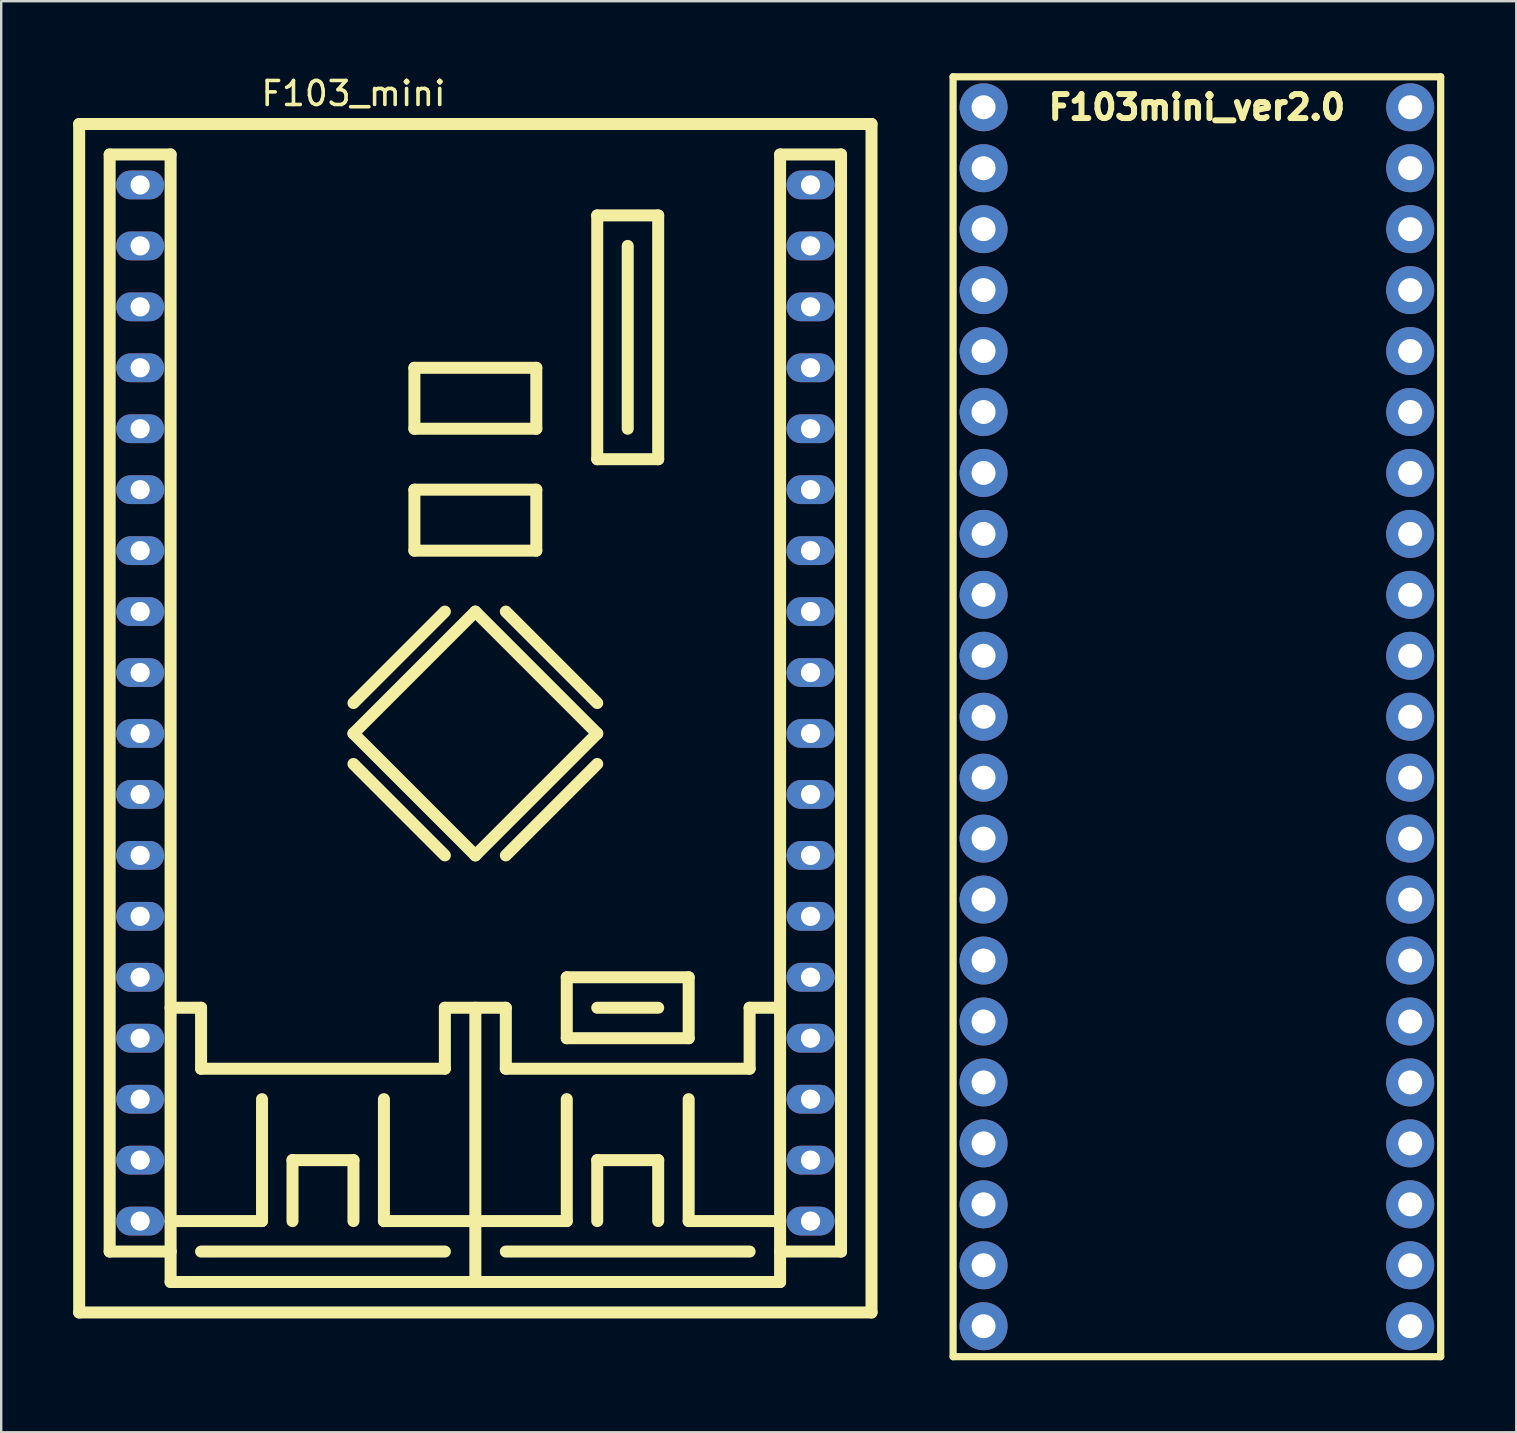
<source format=kicad_pcb>
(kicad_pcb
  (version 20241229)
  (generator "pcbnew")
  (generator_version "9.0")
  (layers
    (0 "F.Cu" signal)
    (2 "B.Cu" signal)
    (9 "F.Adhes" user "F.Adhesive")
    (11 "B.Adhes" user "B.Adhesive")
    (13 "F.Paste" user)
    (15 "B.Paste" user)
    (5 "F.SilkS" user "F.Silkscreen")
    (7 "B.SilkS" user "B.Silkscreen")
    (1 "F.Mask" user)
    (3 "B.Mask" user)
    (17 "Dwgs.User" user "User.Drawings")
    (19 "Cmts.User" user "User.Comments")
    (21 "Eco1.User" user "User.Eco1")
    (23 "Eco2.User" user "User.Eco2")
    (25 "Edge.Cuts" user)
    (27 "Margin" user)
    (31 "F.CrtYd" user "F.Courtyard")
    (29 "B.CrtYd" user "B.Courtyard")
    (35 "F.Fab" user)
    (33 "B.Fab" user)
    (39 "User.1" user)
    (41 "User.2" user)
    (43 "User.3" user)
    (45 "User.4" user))
  (footprint "F103mini_ver2.0"
    (layer "F.Cu")
    (at 45.56 31.9)
    (property "Reference" "F103mini_ver2.0" (at 1.27 -30.48 0) (layer "F.SilkS") (effects (font (size 1 1) (thickness 0.3))))
    (attr through_hole)
    (fp_line (start -8.89 -31.75) (end 11.43 -31.75) (stroke (width 0.3) (type solid)) (layer "F.SilkS"))
    (fp_line (start -8.89 21.59) (end -8.89 -31.75) (stroke (width 0.3) (type solid)) (layer "F.SilkS"))
    (fp_line (start 11.43 -31.75) (end 11.43 21.59) (stroke (width 0.3) (type solid)) (layer "F.SilkS"))
    (fp_line (start 11.43 21.59) (end -8.89 21.59) (stroke (width 0.3) (type solid)) (layer "F.SilkS"))
    (pad "1" thru_hole circle (at -7.62 -30.48) (size 2 2) (drill 1) (layers "*.Cu" "*.Mask"))
    (pad "2" thru_hole circle (at -7.62 -27.94) (size 2 2) (drill 1) (layers "*.Cu" "*.Mask"))
    (pad "3" thru_hole circle (at -7.62 -25.4) (size 2 2) (drill 1) (layers "*.Cu" "*.Mask"))
    (pad "4" thru_hole circle (at -7.62 -22.86) (size 2 2) (drill 1) (layers "*.Cu" "*.Mask"))
    (pad "5" thru_hole circle (at -7.62 -20.32) (size 2 2) (drill 1) (layers "*.Cu" "*.Mask"))
    (pad "6" thru_hole circle (at -7.62 -17.78) (size 2 2) (drill 1) (layers "*.Cu" "*.Mask"))
    (pad "7" thru_hole circle (at -7.62 -15.24) (size 2 2) (drill 1) (layers "*.Cu" "*.Mask"))
    (pad "8" thru_hole circle (at -7.62 -12.7) (size 2 2) (drill 1) (layers "*.Cu" "*.Mask"))
    (pad "9" thru_hole circle (at -7.62 -10.16) (size 2 2) (drill 1) (layers "*.Cu" "*.Mask"))
    (pad "10" thru_hole circle (at -7.62 -7.62) (size 2 2) (drill 1) (layers "*.Cu" "*.Mask"))
    (pad "11" thru_hole circle (at -7.62 -5.08) (size 2 2) (drill 1) (layers "*.Cu" "*.Mask"))
    (pad "12" thru_hole circle (at -7.62 -2.54) (size 2 2) (drill 1) (layers "*.Cu" "*.Mask"))
    (pad "13" thru_hole circle (at -7.62 0) (size 2 2) (drill 1) (layers "*.Cu" "*.Mask"))
    (pad "14" thru_hole circle (at -7.62 2.54) (size 2 2) (drill 1) (layers "*.Cu" "*.Mask"))
    (pad "15" thru_hole circle (at -7.62 5.08) (size 2 2) (drill 1) (layers "*.Cu" "*.Mask"))
    (pad "16" thru_hole circle (at -7.62 7.62) (size 2 2) (drill 1) (layers "*.Cu" "*.Mask"))
    (pad "17" thru_hole circle (at -7.62 10.16) (size 2 2) (drill 1) (layers "*.Cu" "*.Mask"))
    (pad "18" thru_hole circle (at -7.62 12.7) (size 2 2) (drill 1) (layers "*.Cu" "*.Mask"))
    (pad "19" thru_hole circle (at -7.62 15.24) (size 2 2) (drill 1) (layers "*.Cu" "*.Mask"))
    (pad "20" thru_hole circle (at -7.62 17.78) (size 2 2) (drill 1) (layers "*.Cu" "*.Mask"))
    (pad "21" thru_hole circle (at -7.62 20.32) (size 2 2) (drill 1) (layers "*.Cu" "*.Mask"))
    (pad "22" thru_hole circle (at 10.16 20.32) (size 2 2) (drill 1) (layers "*.Cu" "*.Mask"))
    (pad "23" thru_hole circle (at 10.16 17.78) (size 2 2) (drill 1) (layers "*.Cu" "*.Mask"))
    (pad "24" thru_hole circle (at 10.16 15.24) (size 2 2) (drill 1) (layers "*.Cu" "*.Mask"))
    (pad "25" thru_hole circle (at 10.16 12.7) (size 2 2) (drill 1) (layers "*.Cu" "*.Mask"))
    (pad "26" thru_hole circle (at 10.16 10.16) (size 2 2) (drill 1) (layers "*.Cu" "*.Mask"))
    (pad "27" thru_hole circle (at 10.16 7.62) (size 2 2) (drill 1) (layers "*.Cu" "*.Mask"))
    (pad "28" thru_hole circle (at 10.16 5.08) (size 2 2) (drill 1) (layers "*.Cu" "*.Mask"))
    (pad "29" thru_hole circle (at 10.16 2.54) (size 2 2) (drill 1) (layers "*.Cu" "*.Mask"))
    (pad "30" thru_hole circle (at 10.16 0) (size 2 2) (drill 1) (layers "*.Cu" "*.Mask"))
    (pad "31" thru_hole circle (at 10.16 -2.54) (size 2 2) (drill 1) (layers "*.Cu" "*.Mask"))
    (pad "32" thru_hole circle (at 10.16 -5.08) (size 2 2) (drill 1) (layers "*.Cu" "*.Mask"))
    (pad "33" thru_hole circle (at 10.16 -7.62) (size 2 2) (drill 1) (layers "*.Cu" "*.Mask"))
    (pad "34" thru_hole circle (at 10.16 -10.16) (size 2 2) (drill 1) (layers "*.Cu" "*.Mask"))
    (pad "35" thru_hole circle (at 10.16 -12.7) (size 2 2) (drill 1) (layers "*.Cu" "*.Mask"))
    (pad "36" thru_hole circle (at 10.16 -15.24) (size 2 2) (drill 1) (layers "*.Cu" "*.Mask"))
    (pad "37" thru_hole circle (at 10.16 -17.78) (size 2 2) (drill 1) (layers "*.Cu" "*.Mask"))
    (pad "38" thru_hole circle (at 10.16 -20.32) (size 2 2) (drill 1) (layers "*.Cu" "*.Mask"))
    (pad "39" thru_hole circle (at 10.16 -22.86) (size 2 2) (drill 1) (layers "*.Cu" "*.Mask"))
    (pad "40" thru_hole circle (at 10.16 -25.4) (size 2 2) (drill 1) (layers "*.Cu" "*.Mask"))
    (pad "41" thru_hole circle (at 10.16 -27.94) (size 2 2) (drill 1) (layers "*.Cu" "*.Mask"))
    (pad "42" thru_hole circle (at 10.16 -30.48) (size 2 2) (drill 1) (layers "*.Cu" "*.Mask")))
  (footprint "F103_mini"
    (layer "F.Cu")
    (at 16.76 26.248)
    (property "Reference" "F103_mini" (at -5.08 -25.4 0) (layer "F.SilkS") (effects (font (size 1 1) (thickness 0.15))))
    (attr through_hole)
    (fp_line (start -16.51 -24.13) (end 16.51 -24.13) (stroke (width 0.5) (type solid)) (layer "F.SilkS"))
    (fp_line (start -16.51 25.4) (end -16.51 -24.13) (stroke (width 0.5) (type solid)) (layer "F.SilkS"))
    (fp_line (start -15.24 -22.86) (end -12.7 -22.86) (stroke (width 0.5) (type solid)) (layer "F.SilkS"))
    (fp_line (start -15.24 22.86) (end -15.24 -22.86) (stroke (width 0.5) (type solid)) (layer "F.SilkS"))
    (fp_line (start -12.7 -22.86) (end -12.7 22.86) (stroke (width 0.5) (type solid)) (layer "F.SilkS"))
    (fp_line (start -12.7 22.86) (end -15.24 22.86) (stroke (width 0.5) (type solid)) (layer "F.SilkS"))
    (fp_line (start -12.7 22.86) (end -12.7 24.13) (stroke (width 0.5) (type solid)) (layer "F.SilkS"))
    (fp_line (start -12.7 24.13) (end 0 24.13) (stroke (width 0.5) (type solid)) (layer "F.SilkS"))
    (fp_line (start -11.43 12.7) (end -12.7 12.7) (stroke (width 0.5) (type solid)) (layer "F.SilkS"))
    (fp_line (start -11.43 15.24) (end -11.43 12.7) (stroke (width 0.5) (type solid)) (layer "F.SilkS"))
    (fp_line (start -11.43 22.86) (end -1.27 22.86) (stroke (width 0.5) (type solid)) (layer "F.SilkS"))
    (fp_line (start -8.89 16.51) (end -8.89 21.59) (stroke (width 0.5) (type solid)) (layer "F.SilkS"))
    (fp_line (start -8.89 21.59) (end -12.7 21.59) (stroke (width 0.5) (type solid)) (layer "F.SilkS"))
    (fp_line (start -7.62 19.05) (end -5.08 19.05) (stroke (width 0.5) (type solid)) (layer "F.SilkS"))
    (fp_line (start -7.62 21.59) (end -7.62 19.05) (stroke (width 0.5) (type solid)) (layer "F.SilkS"))
    (fp_line (start -5.08 0) (end -1.27 -3.81) (stroke (width 0.5) (type solid)) (layer "F.SilkS"))
    (fp_line (start -5.08 1.27) (end 0 -3.81) (stroke (width 0.5) (type solid)) (layer "F.SilkS"))
    (fp_line (start -5.08 1.27) (end 0 6.35) (stroke (width 0.5) (type solid)) (layer "F.SilkS"))
    (fp_line (start -5.08 2.54) (end -1.27 6.35) (stroke (width 0.5) (type solid)) (layer "F.SilkS"))
    (fp_line (start -5.08 19.05) (end -5.08 21.59) (stroke (width 0.5) (type solid)) (layer "F.SilkS"))
    (fp_line (start -3.81 21.59) (end -3.81 16.51) (stroke (width 0.5) (type solid)) (layer "F.SilkS"))
    (fp_line (start -2.54 -13.97) (end -2.54 -11.43) (stroke (width 0.5) (type solid)) (layer "F.SilkS"))
    (fp_line (start -2.54 -11.43) (end 2.54 -11.43) (stroke (width 0.5) (type solid)) (layer "F.SilkS"))
    (fp_line (start -2.54 -8.89) (end 2.54 -8.89) (stroke (width 0.5) (type solid)) (layer "F.SilkS"))
    (fp_line (start -2.54 -6.35) (end -2.54 -8.89) (stroke (width 0.5) (type solid)) (layer "F.SilkS"))
    (fp_line (start -1.27 12.7) (end -1.27 15.24) (stroke (width 0.5) (type solid)) (layer "F.SilkS"))
    (fp_line (start -1.27 12.7) (end 1.27 12.7) (stroke (width 0.5) (type solid)) (layer "F.SilkS"))
    (fp_line (start -1.27 15.24) (end -11.43 15.24) (stroke (width 0.5) (type solid)) (layer "F.SilkS"))
    (fp_line (start 0 6.35) (end 5.08 1.27) (stroke (width 0.5) (type solid)) (layer "F.SilkS"))
    (fp_line (start 0 12.7) (end 0 24.13) (stroke (width 0.5) (type solid)) (layer "F.SilkS"))
    (fp_line (start 0 24.13) (end 12.7 24.13) (stroke (width 0.5) (type solid)) (layer "F.SilkS"))
    (fp_line (start 1.27 -3.81) (end 5.08 0) (stroke (width 0.5) (type solid)) (layer "F.SilkS"))
    (fp_line (start 1.27 12.7) (end 1.27 15.24) (stroke (width 0.5) (type solid)) (layer "F.SilkS"))
    (fp_line (start 1.27 15.24) (end 11.43 15.24) (stroke (width 0.5) (type solid)) (layer "F.SilkS"))
    (fp_line (start 1.27 22.86) (end 11.43 22.86) (stroke (width 0.5) (type solid)) (layer "F.SilkS"))
    (fp_line (start 2.54 -13.97) (end -2.54 -13.97) (stroke (width 0.5) (type solid)) (layer "F.SilkS"))
    (fp_line (start 2.54 -11.43) (end 2.54 -13.97) (stroke (width 0.5) (type solid)) (layer "F.SilkS"))
    (fp_line (start 2.54 -8.89) (end 2.54 -6.35) (stroke (width 0.5) (type solid)) (layer "F.SilkS"))
    (fp_line (start 2.54 -6.35) (end -2.54 -6.35) (stroke (width 0.5) (type solid)) (layer "F.SilkS"))
    (fp_line (start 3.81 11.43) (end 3.81 13.97) (stroke (width 0.5) (type solid)) (layer "F.SilkS"))
    (fp_line (start 3.81 13.97) (end 8.89 13.97) (stroke (width 0.5) (type solid)) (layer "F.SilkS"))
    (fp_line (start 3.81 16.51) (end 3.81 21.59) (stroke (width 0.5) (type solid)) (layer "F.SilkS"))
    (fp_line (start 3.81 21.59) (end -3.81 21.59) (stroke (width 0.5) (type solid)) (layer "F.SilkS"))
    (fp_line (start 5.08 -10.16) (end 5.08 -20.32) (stroke (width 0.5) (type solid)) (layer "F.SilkS"))
    (fp_line (start 5.08 -10.16) (end 7.62 -10.16) (stroke (width 0.5) (type solid)) (layer "F.SilkS"))
    (fp_line (start 5.08 1.27) (end 0 -3.81) (stroke (width 0.5) (type solid)) (layer "F.SilkS"))
    (fp_line (start 5.08 2.54) (end 1.27 6.35) (stroke (width 0.5) (type solid)) (layer "F.SilkS"))
    (fp_line (start 5.08 12.7) (end 7.62 12.7) (stroke (width 0.5) (type solid)) (layer "F.SilkS"))
    (fp_line (start 5.08 19.05) (end 7.62 19.05) (stroke (width 0.5) (type solid)) (layer "F.SilkS"))
    (fp_line (start 5.08 21.59) (end 5.08 19.05) (stroke (width 0.5) (type solid)) (layer "F.SilkS"))
    (fp_line (start 6.35 -19.05) (end 6.35 -11.43) (stroke (width 0.5) (type solid)) (layer "F.SilkS"))
    (fp_line (start 7.62 -20.32) (end 5.08 -20.32) (stroke (width 0.5) (type solid)) (layer "F.SilkS"))
    (fp_line (start 7.62 -10.16) (end 7.62 -20.32) (stroke (width 0.5) (type solid)) (layer "F.SilkS"))
    (fp_line (start 7.62 19.05) (end 7.62 21.59) (stroke (width 0.5) (type solid)) (layer "F.SilkS"))
    (fp_line (start 8.89 11.43) (end 3.81 11.43) (stroke (width 0.5) (type solid)) (layer "F.SilkS"))
    (fp_line (start 8.89 13.97) (end 8.89 11.43) (stroke (width 0.5) (type solid)) (layer "F.SilkS"))
    (fp_line (start 8.89 16.51) (end 8.89 21.59) (stroke (width 0.5) (type solid)) (layer "F.SilkS"))
    (fp_line (start 8.89 21.59) (end 12.7 21.59) (stroke (width 0.5) (type solid)) (layer "F.SilkS"))
    (fp_line (start 11.43 12.7) (end 11.43 15.24) (stroke (width 0.5) (type solid)) (layer "F.SilkS"))
    (fp_line (start 11.43 12.7) (end 12.7 12.7) (stroke (width 0.5) (type solid)) (layer "F.SilkS"))
    (fp_line (start 12.7 -22.86) (end 15.24 -22.86) (stroke (width 0.5) (type solid)) (layer "F.SilkS"))
    (fp_line (start 12.7 22.86) (end 12.7 -22.86) (stroke (width 0.5) (type solid)) (layer "F.SilkS"))
    (fp_line (start 12.7 22.86) (end 12.7 24.13) (stroke (width 0.5) (type solid)) (layer "F.SilkS"))
    (fp_line (start 15.24 -22.86) (end 15.24 22.86) (stroke (width 0.5) (type solid)) (layer "F.SilkS"))
    (fp_line (start 15.24 22.86) (end 12.7 22.86) (stroke (width 0.5) (type solid)) (layer "F.SilkS"))
    (fp_line (start 16.51 -24.13) (end 16.51 25.4) (stroke (width 0.5) (type solid)) (layer "F.SilkS"))
    (fp_line (start 16.51 25.4) (end -16.51 25.4) (stroke (width 0.5) (type solid)) (layer "F.SilkS"))
    (pad "1" thru_hole oval (at -13.97 -21.59) (size 2 1.2) (drill 0.8) (layers "*.Cu" "*.Mask"))
    (pad "2" thru_hole oval (at -13.97 -19.05) (size 2 1.2) (drill 0.8) (layers "*.Cu" "*.Mask"))
    (pad "3" thru_hole oval (at -13.97 -16.51) (size 2 1.2) (drill 0.8) (layers "*.Cu" "*.Mask"))
    (pad "4" thru_hole oval (at -13.97 -13.97) (size 2 1.2) (drill 0.8) (layers "*.Cu" "*.Mask"))
    (pad "5" thru_hole oval (at -13.97 -11.43) (size 2 1.2) (drill 0.8) (layers "*.Cu" "*.Mask"))
    (pad "6" thru_hole oval (at -13.97 -8.89) (size 2 1.2) (drill 0.8) (layers "*.Cu" "*.Mask"))
    (pad "7" thru_hole oval (at -13.97 -6.35) (size 2 1.2) (drill 0.8) (layers "*.Cu" "*.Mask"))
    (pad "8" thru_hole oval (at -13.97 -3.81) (size 2 1.2) (drill 0.8) (layers "*.Cu" "*.Mask"))
    (pad "9" thru_hole oval (at -13.97 -1.27) (size 2 1.2) (drill 0.8) (layers "*.Cu" "*.Mask"))
    (pad "10" thru_hole oval (at -13.97 1.27) (size 2 1.2) (drill 0.8) (layers "*.Cu" "*.Mask"))
    (pad "11" thru_hole oval (at -13.97 3.81) (size 2 1.2) (drill 0.8) (layers "*.Cu" "*.Mask"))
    (pad "12" thru_hole oval (at -13.97 6.35) (size 2 1.2) (drill 0.8) (layers "*.Cu" "*.Mask"))
    (pad "13" thru_hole oval (at -13.97 8.89) (size 2 1.2) (drill 0.8) (layers "*.Cu" "*.Mask"))
    (pad "14" thru_hole oval (at -13.97 11.43) (size 2 1.2) (drill 0.8) (layers "*.Cu" "*.Mask"))
    (pad "15" thru_hole oval (at -13.97 13.97) (size 2 1.2) (drill 0.8) (layers "*.Cu" "*.Mask"))
    (pad "16" thru_hole oval (at -13.97 16.51) (size 2 1.2) (drill 0.8) (layers "*.Cu" "*.Mask"))
    (pad "17" thru_hole oval (at -13.97 19.05) (size 2 1.2) (drill 0.8) (layers "*.Cu" "*.Mask"))
    (pad "18" thru_hole oval (at -13.97 21.59) (size 2 1.2) (drill 0.8) (layers "*.Cu" "*.Mask"))
    (pad "19" thru_hole oval (at 13.97 21.59) (size 2 1.2) (drill 0.8) (layers "*.Cu" "*.Mask"))
    (pad "20" thru_hole oval (at 13.97 19.05) (size 2 1.2) (drill 0.8) (layers "*.Cu" "*.Mask"))
    (pad "21" thru_hole oval (at 13.97 16.51) (size 2 1.2) (drill 0.8) (layers "*.Cu" "*.Mask"))
    (pad "22" thru_hole oval (at 13.97 13.97) (size 2 1.2) (drill 0.8) (layers "*.Cu" "*.Mask"))
    (pad "23" thru_hole oval (at 13.97 11.43) (size 2 1.2) (drill 0.8) (layers "*.Cu" "*.Mask"))
    (pad "24" thru_hole oval (at 13.97 8.89) (size 2 1.2) (drill 0.8) (layers "*.Cu" "*.Mask"))
    (pad "25" thru_hole oval (at 13.97 6.35) (size 2 1.2) (drill 0.8) (layers "*.Cu" "*.Mask"))
    (pad "26" thru_hole oval (at 13.97 3.81) (size 2 1.2) (drill 0.8) (layers "*.Cu" "*.Mask"))
    (pad "27" thru_hole oval (at 13.97 1.27) (size 2 1.2) (drill 0.8) (layers "*.Cu" "*.Mask"))
    (pad "28" thru_hole oval (at 13.97 -1.27) (size 2 1.2) (drill 0.8) (layers "*.Cu" "*.Mask"))
    (pad "29" thru_hole oval (at 13.97 -3.81) (size 2 1.2) (drill 0.8) (layers "*.Cu" "*.Mask"))
    (pad "30" thru_hole oval (at 13.97 -6.35) (size 2 1.2) (drill 0.8) (layers "*.Cu" "*.Mask"))
    (pad "31" thru_hole oval (at 13.97 -8.89) (size 2 1.2) (drill 0.8) (layers "*.Cu" "*.Mask"))
    (pad "32" thru_hole oval (at 13.97 -11.43) (size 2 1.2) (drill 0.8) (layers "*.Cu" "*.Mask"))
    (pad "33" thru_hole oval (at 13.97 -13.97) (size 2 1.2) (drill 0.8) (layers "*.Cu" "*.Mask"))
    (pad "34" thru_hole oval (at 13.97 -16.51) (size 2 1.2) (drill 0.8) (layers "*.Cu" "*.Mask"))
    (pad "35" thru_hole oval (at 13.97 -19.05) (size 2 1.2) (drill 0.8) (layers "*.Cu" "*.Mask"))
    (pad "36" thru_hole oval (at 13.97 -21.59) (size 2 1.2) (drill 0.8) (layers "*.Cu" "*.Mask")))
  (gr_rect
    (start -3 -3)
    (end 60.14 56.64)
    (stroke (width 0.1) (type default))
    (fill no)
    (layer "Edge.Cuts")))
</source>
